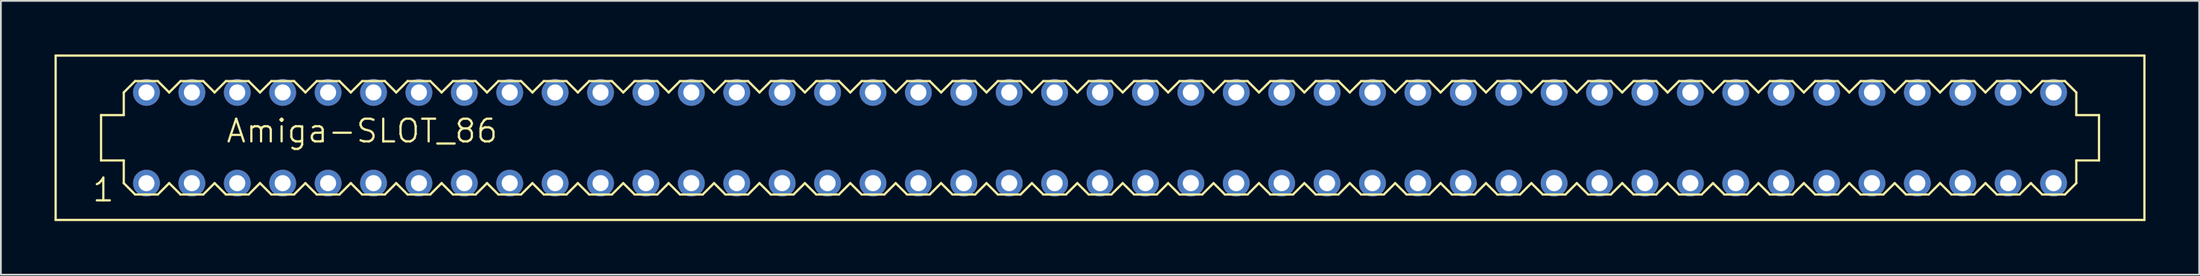
<source format=kicad_pcb>
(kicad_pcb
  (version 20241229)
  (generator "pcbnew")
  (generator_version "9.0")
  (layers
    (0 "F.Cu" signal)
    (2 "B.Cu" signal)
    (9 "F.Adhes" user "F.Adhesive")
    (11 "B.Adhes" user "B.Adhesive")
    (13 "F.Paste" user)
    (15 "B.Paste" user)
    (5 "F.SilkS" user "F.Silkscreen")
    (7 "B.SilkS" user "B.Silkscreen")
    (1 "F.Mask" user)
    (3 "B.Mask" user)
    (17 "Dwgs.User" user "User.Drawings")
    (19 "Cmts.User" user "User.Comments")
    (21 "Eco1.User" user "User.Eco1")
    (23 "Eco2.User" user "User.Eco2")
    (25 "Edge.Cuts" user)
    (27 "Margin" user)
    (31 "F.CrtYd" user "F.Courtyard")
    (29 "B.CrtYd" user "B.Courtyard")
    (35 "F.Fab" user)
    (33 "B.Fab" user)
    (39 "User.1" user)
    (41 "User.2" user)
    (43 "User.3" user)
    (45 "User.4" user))
  (footprint "Amiga-SLOT_86"
    (layer "F.Cu")
    (at 58.483 4.666)
    (property "Reference" "Amiga-SLOT_86" (at -41.275 -0.381 0) (layer "F.SilkS") (effects (font (size 1.27 1.27) (thickness 0.127))))
    (attr exclude_from_pos_files exclude_from_bom)
    (fp_line (start -58.42 -4.602) (end -58.42 4.602) (stroke (width 0.127) (type solid)) (layer "F.SilkS"))
    (fp_line (start -58.42 4.602) (end 58.42 4.602) (stroke (width 0.127) (type solid)) (layer "F.SilkS"))
    (fp_line (start -55.88 -1.27) (end -55.88 1.27) (stroke (width 0.127) (type solid)) (layer "F.SilkS"))
    (fp_line (start -55.88 1.27) (end -54.61 1.27) (stroke (width 0.127) (type solid)) (layer "F.SilkS"))
    (fp_line (start -54.61 -2.54) (end -54.61 -1.27) (stroke (width 0.127) (type solid)) (layer "F.SilkS"))
    (fp_line (start -54.61 -1.27) (end -55.88 -1.27) (stroke (width 0.127) (type solid)) (layer "F.SilkS"))
    (fp_line (start -54.61 1.27) (end -54.61 2.54) (stroke (width 0.127) (type solid)) (layer "F.SilkS"))
    (fp_line (start -54.61 2.54) (end -53.975 3.175) (stroke (width 0.127) (type solid)) (layer "F.SilkS"))
    (fp_line (start -53.975 -3.175) (end -54.61 -2.54) (stroke (width 0.127) (type solid)) (layer "F.SilkS"))
    (fp_line (start -53.975 -3.175) (end -52.705 -3.175) (stroke (width 0.127) (type solid)) (layer "F.SilkS"))
    (fp_line (start -52.705 -3.175) (end -52.07 -2.54) (stroke (width 0.127) (type solid)) (layer "F.SilkS"))
    (fp_line (start -52.705 3.175) (end -53.975 3.175) (stroke (width 0.127) (type solid)) (layer "F.SilkS"))
    (fp_line (start -52.07 -2.54) (end -51.435 -3.175) (stroke (width 0.127) (type solid)) (layer "F.SilkS"))
    (fp_line (start -52.07 2.54) (end -52.705 3.175) (stroke (width 0.127) (type solid)) (layer "F.SilkS"))
    (fp_line (start -51.435 -3.175) (end -50.165 -3.175) (stroke (width 0.127) (type solid)) (layer "F.SilkS"))
    (fp_line (start -51.435 3.175) (end -52.07 2.54) (stroke (width 0.127) (type solid)) (layer "F.SilkS"))
    (fp_line (start -50.165 -3.175) (end -49.53 -2.54) (stroke (width 0.127) (type solid)) (layer "F.SilkS"))
    (fp_line (start -50.165 3.175) (end -51.435 3.175) (stroke (width 0.127) (type solid)) (layer "F.SilkS"))
    (fp_line (start -49.53 -2.54) (end -48.895 -3.175) (stroke (width 0.127) (type solid)) (layer "F.SilkS"))
    (fp_line (start -49.53 2.54) (end -50.165 3.175) (stroke (width 0.127) (type solid)) (layer "F.SilkS"))
    (fp_line (start -48.895 -3.175) (end -47.625 -3.175) (stroke (width 0.127) (type solid)) (layer "F.SilkS"))
    (fp_line (start -48.895 3.175) (end -49.53 2.54) (stroke (width 0.127) (type solid)) (layer "F.SilkS"))
    (fp_line (start -47.625 -3.175) (end -46.99 -2.54) (stroke (width 0.127) (type solid)) (layer "F.SilkS"))
    (fp_line (start -47.625 3.175) (end -48.895 3.175) (stroke (width 0.127) (type solid)) (layer "F.SilkS"))
    (fp_line (start -46.99 2.54) (end -47.625 3.175) (stroke (width 0.127) (type solid)) (layer "F.SilkS"))
    (fp_line (start -46.99 2.54) (end -46.355 3.175) (stroke (width 0.127) (type solid)) (layer "F.SilkS"))
    (fp_line (start -46.355 -3.175) (end -46.99 -2.54) (stroke (width 0.127) (type solid)) (layer "F.SilkS"))
    (fp_line (start -46.355 -3.175) (end -45.085 -3.175) (stroke (width 0.127) (type solid)) (layer "F.SilkS"))
    (fp_line (start -45.085 -3.175) (end -44.45 -2.54) (stroke (width 0.127) (type solid)) (layer "F.SilkS"))
    (fp_line (start -45.085 3.175) (end -46.355 3.175) (stroke (width 0.127) (type solid)) (layer "F.SilkS"))
    (fp_line (start -44.45 -2.54) (end -43.815 -3.175) (stroke (width 0.127) (type solid)) (layer "F.SilkS"))
    (fp_line (start -44.45 2.54) (end -45.085 3.175) (stroke (width 0.127) (type solid)) (layer "F.SilkS"))
    (fp_line (start -43.815 -3.175) (end -42.545 -3.175) (stroke (width 0.127) (type solid)) (layer "F.SilkS"))
    (fp_line (start -43.815 3.175) (end -44.45 2.54) (stroke (width 0.127) (type solid)) (layer "F.SilkS"))
    (fp_line (start -42.545 -3.175) (end -41.91 -2.54) (stroke (width 0.127) (type solid)) (layer "F.SilkS"))
    (fp_line (start -42.545 3.175) (end -43.815 3.175) (stroke (width 0.127) (type solid)) (layer "F.SilkS"))
    (fp_line (start -41.91 -2.54) (end -41.275 -3.175) (stroke (width 0.127) (type solid)) (layer "F.SilkS"))
    (fp_line (start -41.91 2.54) (end -42.545 3.175) (stroke (width 0.127) (type solid)) (layer "F.SilkS"))
    (fp_line (start -41.275 -3.175) (end -40.005 -3.175) (stroke (width 0.127) (type solid)) (layer "F.SilkS"))
    (fp_line (start -41.275 3.175) (end -41.91 2.54) (stroke (width 0.127) (type solid)) (layer "F.SilkS"))
    (fp_line (start -40.005 -3.175) (end -39.37 -2.54) (stroke (width 0.127) (type solid)) (layer "F.SilkS"))
    (fp_line (start -40.005 3.175) (end -41.275 3.175) (stroke (width 0.127) (type solid)) (layer "F.SilkS"))
    (fp_line (start -39.37 2.54) (end -40.005 3.175) (stroke (width 0.127) (type solid)) (layer "F.SilkS"))
    (fp_line (start -39.37 2.54) (end -38.735 3.175) (stroke (width 0.127) (type solid)) (layer "F.SilkS"))
    (fp_line (start -38.735 -3.175) (end -39.37 -2.54) (stroke (width 0.127) (type solid)) (layer "F.SilkS"))
    (fp_line (start -38.735 -3.175) (end -37.465 -3.175) (stroke (width 0.127) (type solid)) (layer "F.SilkS"))
    (fp_line (start -37.465 -3.175) (end -36.83 -2.54) (stroke (width 0.127) (type solid)) (layer "F.SilkS"))
    (fp_line (start -37.465 3.175) (end -38.735 3.175) (stroke (width 0.127) (type solid)) (layer "F.SilkS"))
    (fp_line (start -36.83 -2.54) (end -36.195 -3.175) (stroke (width 0.127) (type solid)) (layer "F.SilkS"))
    (fp_line (start -36.83 2.54) (end -37.465 3.175) (stroke (width 0.127) (type solid)) (layer "F.SilkS"))
    (fp_line (start -36.195 -3.175) (end -34.925 -3.175) (stroke (width 0.127) (type solid)) (layer "F.SilkS"))
    (fp_line (start -36.195 3.175) (end -36.83 2.54) (stroke (width 0.127) (type solid)) (layer "F.SilkS"))
    (fp_line (start -34.925 -3.175) (end -34.29 -2.54) (stroke (width 0.127) (type solid)) (layer "F.SilkS"))
    (fp_line (start -34.925 3.175) (end -36.195 3.175) (stroke (width 0.127) (type solid)) (layer "F.SilkS"))
    (fp_line (start -34.29 2.54) (end -34.925 3.175) (stroke (width 0.127) (type solid)) (layer "F.SilkS"))
    (fp_line (start -34.29 2.54) (end -33.655 3.175) (stroke (width 0.127) (type solid)) (layer "F.SilkS"))
    (fp_line (start -33.655 -3.175) (end -34.29 -2.54) (stroke (width 0.127) (type solid)) (layer "F.SilkS"))
    (fp_line (start -33.655 -3.175) (end -32.385 -3.175) (stroke (width 0.127) (type solid)) (layer "F.SilkS"))
    (fp_line (start -32.385 -3.175) (end -31.75 -2.54) (stroke (width 0.127) (type solid)) (layer "F.SilkS"))
    (fp_line (start -32.385 3.175) (end -33.655 3.175) (stroke (width 0.127) (type solid)) (layer "F.SilkS"))
    (fp_line (start -31.75 -2.54) (end -31.115 -3.175) (stroke (width 0.127) (type solid)) (layer "F.SilkS"))
    (fp_line (start -31.75 2.54) (end -32.385 3.175) (stroke (width 0.127) (type solid)) (layer "F.SilkS"))
    (fp_line (start -31.115 -3.175) (end -29.845 -3.175) (stroke (width 0.127) (type solid)) (layer "F.SilkS"))
    (fp_line (start -31.115 3.175) (end -31.75 2.54) (stroke (width 0.127) (type solid)) (layer "F.SilkS"))
    (fp_line (start -29.845 -3.175) (end -29.21 -2.54) (stroke (width 0.127) (type solid)) (layer "F.SilkS"))
    (fp_line (start -29.845 3.175) (end -31.115 3.175) (stroke (width 0.127) (type solid)) (layer "F.SilkS"))
    (fp_line (start -29.21 2.54) (end -29.845 3.175) (stroke (width 0.127) (type solid)) (layer "F.SilkS"))
    (fp_line (start -29.21 2.54) (end -28.575 3.175) (stroke (width 0.127) (type solid)) (layer "F.SilkS"))
    (fp_line (start -28.575 -3.175) (end -29.21 -2.54) (stroke (width 0.127) (type solid)) (layer "F.SilkS"))
    (fp_line (start -28.575 -3.175) (end -27.305 -3.175) (stroke (width 0.127) (type solid)) (layer "F.SilkS"))
    (fp_line (start -28.575 3.175) (end -27.305 3.175) (stroke (width 0.127) (type solid)) (layer "F.SilkS"))
    (fp_line (start -27.305 -3.175) (end -26.67 -2.54) (stroke (width 0.127) (type solid)) (layer "F.SilkS"))
    (fp_line (start -26.67 2.54) (end -27.305 3.175) (stroke (width 0.127) (type solid)) (layer "F.SilkS"))
    (fp_line (start -26.67 2.54) (end -26.035 3.175) (stroke (width 0.127) (type solid)) (layer "F.SilkS"))
    (fp_line (start -26.035 -3.175) (end -26.67 -2.54) (stroke (width 0.127) (type solid)) (layer "F.SilkS"))
    (fp_line (start -26.035 -3.175) (end -24.765 -3.175) (stroke (width 0.127) (type solid)) (layer "F.SilkS"))
    (fp_line (start -26.035 3.175) (end -24.765 3.175) (stroke (width 0.127) (type solid)) (layer "F.SilkS"))
    (fp_line (start -24.765 -3.175) (end -24.13 -2.54) (stroke (width 0.127) (type solid)) (layer "F.SilkS"))
    (fp_line (start -24.13 2.54) (end -24.765 3.175) (stroke (width 0.127) (type solid)) (layer "F.SilkS"))
    (fp_line (start -24.13 2.54) (end -23.495 3.175) (stroke (width 0.127) (type solid)) (layer "F.SilkS"))
    (fp_line (start -23.495 -3.175) (end -24.13 -2.54) (stroke (width 0.127) (type solid)) (layer "F.SilkS"))
    (fp_line (start -23.495 -3.175) (end -22.225 -3.175) (stroke (width 0.127) (type solid)) (layer "F.SilkS"))
    (fp_line (start -23.495 3.175) (end -22.225 3.175) (stroke (width 0.127) (type solid)) (layer "F.SilkS"))
    (fp_line (start -22.225 -3.175) (end -21.59 -2.54) (stroke (width 0.127) (type solid)) (layer "F.SilkS"))
    (fp_line (start -21.59 2.54) (end -22.225 3.175) (stroke (width 0.127) (type solid)) (layer "F.SilkS"))
    (fp_line (start -21.59 2.54) (end -20.955 3.175) (stroke (width 0.127) (type solid)) (layer "F.SilkS"))
    (fp_line (start -20.955 -3.175) (end -21.59 -2.54) (stroke (width 0.127) (type solid)) (layer "F.SilkS"))
    (fp_line (start -20.955 -3.175) (end -19.685 -3.175) (stroke (width 0.127) (type solid)) (layer "F.SilkS"))
    (fp_line (start -20.955 3.175) (end -19.685 3.175) (stroke (width 0.127) (type solid)) (layer "F.SilkS"))
    (fp_line (start -19.685 -3.175) (end -19.05 -2.54) (stroke (width 0.127) (type solid)) (layer "F.SilkS"))
    (fp_line (start -19.05 2.54) (end -19.685 3.175) (stroke (width 0.127) (type solid)) (layer "F.SilkS"))
    (fp_line (start -19.05 2.54) (end -18.415 3.175) (stroke (width 0.127) (type solid)) (layer "F.SilkS"))
    (fp_line (start -18.415 -3.175) (end -19.05 -2.54) (stroke (width 0.127) (type solid)) (layer "F.SilkS"))
    (fp_line (start -18.415 -3.175) (end -17.145 -3.175) (stroke (width 0.127) (type solid)) (layer "F.SilkS"))
    (fp_line (start -18.415 3.175) (end -17.145 3.175) (stroke (width 0.127) (type solid)) (layer "F.SilkS"))
    (fp_line (start -17.145 -3.175) (end -16.51 -2.54) (stroke (width 0.127) (type solid)) (layer "F.SilkS"))
    (fp_line (start -16.51 2.54) (end -17.145 3.175) (stroke (width 0.127) (type solid)) (layer "F.SilkS"))
    (fp_line (start -16.51 2.54) (end -15.875 3.175) (stroke (width 0.127) (type solid)) (layer "F.SilkS"))
    (fp_line (start -15.875 -3.175) (end -16.51 -2.54) (stroke (width 0.127) (type solid)) (layer "F.SilkS"))
    (fp_line (start -15.875 -3.175) (end -14.605 -3.175) (stroke (width 0.127) (type solid)) (layer "F.SilkS"))
    (fp_line (start -15.875 3.175) (end -14.605 3.175) (stroke (width 0.127) (type solid)) (layer "F.SilkS"))
    (fp_line (start -14.605 -3.175) (end -13.97 -2.54) (stroke (width 0.127) (type solid)) (layer "F.SilkS"))
    (fp_line (start -13.97 2.54) (end -14.605 3.175) (stroke (width 0.127) (type solid)) (layer "F.SilkS"))
    (fp_line (start -13.97 2.54) (end -13.335 3.175) (stroke (width 0.127) (type solid)) (layer "F.SilkS"))
    (fp_line (start -13.335 -3.175) (end -13.97 -2.54) (stroke (width 0.127) (type solid)) (layer "F.SilkS"))
    (fp_line (start -13.335 -3.175) (end -12.065 -3.175) (stroke (width 0.127) (type solid)) (layer "F.SilkS"))
    (fp_line (start -13.335 3.175) (end -12.065 3.175) (stroke (width 0.127) (type solid)) (layer "F.SilkS"))
    (fp_line (start -12.065 -3.175) (end -11.43 -2.54) (stroke (width 0.127) (type solid)) (layer "F.SilkS"))
    (fp_line (start -11.43 2.54) (end -12.065 3.175) (stroke (width 0.127) (type solid)) (layer "F.SilkS"))
    (fp_line (start -11.43 2.54) (end -10.795 3.175) (stroke (width 0.127) (type solid)) (layer "F.SilkS"))
    (fp_line (start -10.795 -3.175) (end -11.43 -2.54) (stroke (width 0.127) (type solid)) (layer "F.SilkS"))
    (fp_line (start -10.795 -3.175) (end -9.525 -3.175) (stroke (width 0.127) (type solid)) (layer "F.SilkS"))
    (fp_line (start -10.795 3.175) (end -9.525 3.175) (stroke (width 0.127) (type solid)) (layer "F.SilkS"))
    (fp_line (start -9.525 -3.175) (end -8.89 -2.54) (stroke (width 0.127) (type solid)) (layer "F.SilkS"))
    (fp_line (start -8.89 2.54) (end -9.525 3.175) (stroke (width 0.127) (type solid)) (layer "F.SilkS"))
    (fp_line (start -8.89 2.54) (end -8.255 3.175) (stroke (width 0.127) (type solid)) (layer "F.SilkS"))
    (fp_line (start -8.255 -3.175) (end -8.89 -2.54) (stroke (width 0.127) (type solid)) (layer "F.SilkS"))
    (fp_line (start -8.255 -3.175) (end -6.985 -3.175) (stroke (width 0.127) (type solid)) (layer "F.SilkS"))
    (fp_line (start -8.255 3.175) (end -6.985 3.175) (stroke (width 0.127) (type solid)) (layer "F.SilkS"))
    (fp_line (start -6.985 -3.175) (end -6.35 -2.54) (stroke (width 0.127) (type solid)) (layer "F.SilkS"))
    (fp_line (start -6.35 2.54) (end -6.985 3.175) (stroke (width 0.127) (type solid)) (layer "F.SilkS"))
    (fp_line (start -6.35 2.54) (end -5.715 3.175) (stroke (width 0.127) (type solid)) (layer "F.SilkS"))
    (fp_line (start -5.715 -3.175) (end -6.35 -2.54) (stroke (width 0.127) (type solid)) (layer "F.SilkS"))
    (fp_line (start -5.715 -3.175) (end -4.445 -3.175) (stroke (width 0.127) (type solid)) (layer "F.SilkS"))
    (fp_line (start -5.715 3.175) (end -4.445 3.175) (stroke (width 0.127) (type solid)) (layer "F.SilkS"))
    (fp_line (start -4.445 -3.175) (end -3.81 -2.54) (stroke (width 0.127) (type solid)) (layer "F.SilkS"))
    (fp_line (start -3.81 2.54) (end -4.445 3.175) (stroke (width 0.127) (type solid)) (layer "F.SilkS"))
    (fp_line (start -3.81 2.54) (end -3.175 3.175) (stroke (width 0.127) (type solid)) (layer "F.SilkS"))
    (fp_line (start -3.175 -3.175) (end -3.81 -2.54) (stroke (width 0.127) (type solid)) (layer "F.SilkS"))
    (fp_line (start -3.175 -3.175) (end -1.905 -3.175) (stroke (width 0.127) (type solid)) (layer "F.SilkS"))
    (fp_line (start -3.175 3.175) (end -1.905 3.175) (stroke (width 0.127) (type solid)) (layer "F.SilkS"))
    (fp_line (start -1.905 -3.175) (end -1.27 -2.54) (stroke (width 0.127) (type solid)) (layer "F.SilkS"))
    (fp_line (start -1.27 2.54) (end -1.905 3.175) (stroke (width 0.127) (type solid)) (layer "F.SilkS"))
    (fp_line (start -1.27 2.54) (end -0.635 3.175) (stroke (width 0.127) (type solid)) (layer "F.SilkS"))
    (fp_line (start -0.635 -3.175) (end -1.27 -2.54) (stroke (width 0.127) (type solid)) (layer "F.SilkS"))
    (fp_line (start -0.635 -3.175) (end 0.635 -3.175) (stroke (width 0.127) (type solid)) (layer "F.SilkS"))
    (fp_line (start -0.635 3.175) (end 0.635 3.175) (stroke (width 0.127) (type solid)) (layer "F.SilkS"))
    (fp_line (start 0.635 -3.175) (end 1.27 -2.54) (stroke (width 0.127) (type solid)) (layer "F.SilkS"))
    (fp_line (start 1.27 2.54) (end 0.635 3.175) (stroke (width 0.127) (type solid)) (layer "F.SilkS"))
    (fp_line (start 1.27 2.54) (end 1.905 3.175) (stroke (width 0.127) (type solid)) (layer "F.SilkS"))
    (fp_line (start 1.905 -3.175) (end 1.27 -2.54) (stroke (width 0.127) (type solid)) (layer "F.SilkS"))
    (fp_line (start 1.905 -3.175) (end 3.175 -3.175) (stroke (width 0.127) (type solid)) (layer "F.SilkS"))
    (fp_line (start 1.905 3.175) (end 3.175 3.175) (stroke (width 0.127) (type solid)) (layer "F.SilkS"))
    (fp_line (start 3.175 -3.175) (end 3.81 -2.54) (stroke (width 0.127) (type solid)) (layer "F.SilkS"))
    (fp_line (start 3.81 2.54) (end 3.175 3.175) (stroke (width 0.127) (type solid)) (layer "F.SilkS"))
    (fp_line (start 3.81 2.54) (end 4.445 3.175) (stroke (width 0.127) (type solid)) (layer "F.SilkS"))
    (fp_line (start 4.445 -3.175) (end 3.81 -2.54) (stroke (width 0.127) (type solid)) (layer "F.SilkS"))
    (fp_line (start 4.445 -3.175) (end 5.715 -3.175) (stroke (width 0.127) (type solid)) (layer "F.SilkS"))
    (fp_line (start 4.445 3.175) (end 5.715 3.175) (stroke (width 0.127) (type solid)) (layer "F.SilkS"))
    (fp_line (start 5.715 -3.175) (end 6.35 -2.54) (stroke (width 0.127) (type solid)) (layer "F.SilkS"))
    (fp_line (start 6.35 2.54) (end 5.715 3.175) (stroke (width 0.127) (type solid)) (layer "F.SilkS"))
    (fp_line (start 6.35 2.54) (end 6.985 3.175) (stroke (width 0.127) (type solid)) (layer "F.SilkS"))
    (fp_line (start 6.985 -3.175) (end 6.35 -2.54) (stroke (width 0.127) (type solid)) (layer "F.SilkS"))
    (fp_line (start 6.985 -3.175) (end 8.255 -3.175) (stroke (width 0.127) (type solid)) (layer "F.SilkS"))
    (fp_line (start 6.985 3.175) (end 8.255 3.175) (stroke (width 0.127) (type solid)) (layer "F.SilkS"))
    (fp_line (start 8.255 -3.175) (end 8.89 -2.54) (stroke (width 0.127) (type solid)) (layer "F.SilkS"))
    (fp_line (start 8.89 2.54) (end 8.255 3.175) (stroke (width 0.127) (type solid)) (layer "F.SilkS"))
    (fp_line (start 8.89 2.54) (end 9.525 3.175) (stroke (width 0.127) (type solid)) (layer "F.SilkS"))
    (fp_line (start 9.525 -3.175) (end 8.89 -2.54) (stroke (width 0.127) (type solid)) (layer "F.SilkS"))
    (fp_line (start 9.525 -3.175) (end 10.795 -3.175) (stroke (width 0.127) (type solid)) (layer "F.SilkS"))
    (fp_line (start 9.525 3.175) (end 10.795 3.175) (stroke (width 0.127) (type solid)) (layer "F.SilkS"))
    (fp_line (start 10.795 -3.175) (end 11.43 -2.54) (stroke (width 0.127) (type solid)) (layer "F.SilkS"))
    (fp_line (start 11.43 2.54) (end 10.795 3.175) (stroke (width 0.127) (type solid)) (layer "F.SilkS"))
    (fp_line (start 11.43 2.54) (end 12.065 3.175) (stroke (width 0.127) (type solid)) (layer "F.SilkS"))
    (fp_line (start 12.065 -3.175) (end 11.43 -2.54) (stroke (width 0.127) (type solid)) (layer "F.SilkS"))
    (fp_line (start 12.065 -3.175) (end 13.335 -3.175) (stroke (width 0.127) (type solid)) (layer "F.SilkS"))
    (fp_line (start 12.065 3.175) (end 13.335 3.175) (stroke (width 0.127) (type solid)) (layer "F.SilkS"))
    (fp_line (start 13.335 -3.175) (end 13.97 -2.54) (stroke (width 0.127) (type solid)) (layer "F.SilkS"))
    (fp_line (start 13.97 2.54) (end 13.335 3.175) (stroke (width 0.127) (type solid)) (layer "F.SilkS"))
    (fp_line (start 13.97 2.54) (end 14.605 3.175) (stroke (width 0.127) (type solid)) (layer "F.SilkS"))
    (fp_line (start 14.605 -3.175) (end 13.97 -2.54) (stroke (width 0.127) (type solid)) (layer "F.SilkS"))
    (fp_line (start 14.605 -3.175) (end 15.875 -3.175) (stroke (width 0.127) (type solid)) (layer "F.SilkS"))
    (fp_line (start 14.605 3.175) (end 15.875 3.175) (stroke (width 0.127) (type solid)) (layer "F.SilkS"))
    (fp_line (start 15.875 -3.175) (end 16.51 -2.54) (stroke (width 0.127) (type solid)) (layer "F.SilkS"))
    (fp_line (start 16.51 2.54) (end 15.875 3.175) (stroke (width 0.127) (type solid)) (layer "F.SilkS"))
    (fp_line (start 16.51 2.54) (end 17.145 3.175) (stroke (width 0.127) (type solid)) (layer "F.SilkS"))
    (fp_line (start 17.145 -3.175) (end 16.51 -2.54) (stroke (width 0.127) (type solid)) (layer "F.SilkS"))
    (fp_line (start 17.145 -3.175) (end 18.415 -3.175) (stroke (width 0.127) (type solid)) (layer "F.SilkS"))
    (fp_line (start 17.145 3.175) (end 18.415 3.175) (stroke (width 0.127) (type solid)) (layer "F.SilkS"))
    (fp_line (start 18.415 -3.175) (end 19.05 -2.54) (stroke (width 0.127) (type solid)) (layer "F.SilkS"))
    (fp_line (start 19.05 2.54) (end 18.415 3.175) (stroke (width 0.127) (type solid)) (layer "F.SilkS"))
    (fp_line (start 19.05 2.54) (end 19.685 3.175) (stroke (width 0.127) (type solid)) (layer "F.SilkS"))
    (fp_line (start 19.685 -3.175) (end 19.05 -2.54) (stroke (width 0.127) (type solid)) (layer "F.SilkS"))
    (fp_line (start 19.685 -3.175) (end 20.955 -3.175) (stroke (width 0.127) (type solid)) (layer "F.SilkS"))
    (fp_line (start 19.685 3.175) (end 20.955 3.175) (stroke (width 0.127) (type solid)) (layer "F.SilkS"))
    (fp_line (start 20.955 -3.175) (end 21.59 -2.54) (stroke (width 0.127) (type solid)) (layer "F.SilkS"))
    (fp_line (start 21.59 2.54) (end 20.955 3.175) (stroke (width 0.127) (type solid)) (layer "F.SilkS"))
    (fp_line (start 21.59 2.54) (end 22.225 3.175) (stroke (width 0.127) (type solid)) (layer "F.SilkS"))
    (fp_line (start 22.225 -3.175) (end 21.59 -2.54) (stroke (width 0.127) (type solid)) (layer "F.SilkS"))
    (fp_line (start 22.225 -3.175) (end 23.495 -3.175) (stroke (width 0.127) (type solid)) (layer "F.SilkS"))
    (fp_line (start 22.225 3.175) (end 23.495 3.175) (stroke (width 0.127) (type solid)) (layer "F.SilkS"))
    (fp_line (start 23.495 -3.175) (end 24.13 -2.54) (stroke (width 0.127) (type solid)) (layer "F.SilkS"))
    (fp_line (start 24.13 2.54) (end 23.495 3.175) (stroke (width 0.127) (type solid)) (layer "F.SilkS"))
    (fp_line (start 24.13 2.54) (end 24.765 3.175) (stroke (width 0.127) (type solid)) (layer "F.SilkS"))
    (fp_line (start 24.765 -3.175) (end 24.13 -2.54) (stroke (width 0.127) (type solid)) (layer "F.SilkS"))
    (fp_line (start 24.765 -3.175) (end 26.035 -3.175) (stroke (width 0.127) (type solid)) (layer "F.SilkS"))
    (fp_line (start 24.765 3.175) (end 26.035 3.175) (stroke (width 0.127) (type solid)) (layer "F.SilkS"))
    (fp_line (start 26.035 -3.175) (end 26.67 -2.54) (stroke (width 0.127) (type solid)) (layer "F.SilkS"))
    (fp_line (start 26.67 2.54) (end 26.035 3.175) (stroke (width 0.127) (type solid)) (layer "F.SilkS"))
    (fp_line (start 26.67 2.54) (end 27.305 3.175) (stroke (width 0.127) (type solid)) (layer "F.SilkS"))
    (fp_line (start 27.305 -3.175) (end 26.67 -2.54) (stroke (width 0.127) (type solid)) (layer "F.SilkS"))
    (fp_line (start 27.305 -3.175) (end 28.575 -3.175) (stroke (width 0.127) (type solid)) (layer "F.SilkS"))
    (fp_line (start 27.305 3.175) (end 28.575 3.175) (stroke (width 0.127) (type solid)) (layer "F.SilkS"))
    (fp_line (start 28.575 -3.175) (end 29.21 -2.54) (stroke (width 0.127) (type solid)) (layer "F.SilkS"))
    (fp_line (start 29.21 2.54) (end 28.575 3.175) (stroke (width 0.127) (type solid)) (layer "F.SilkS"))
    (fp_line (start 29.21 2.54) (end 29.845 3.175) (stroke (width 0.127) (type solid)) (layer "F.SilkS"))
    (fp_line (start 29.845 -3.175) (end 29.21 -2.54) (stroke (width 0.127) (type solid)) (layer "F.SilkS"))
    (fp_line (start 29.845 -3.175) (end 31.115 -3.175) (stroke (width 0.127) (type solid)) (layer "F.SilkS"))
    (fp_line (start 29.845 3.175) (end 31.115 3.175) (stroke (width 0.127) (type solid)) (layer "F.SilkS"))
    (fp_line (start 31.115 -3.175) (end 31.75 -2.54) (stroke (width 0.127) (type solid)) (layer "F.SilkS"))
    (fp_line (start 31.75 2.54) (end 31.115 3.175) (stroke (width 0.127) (type solid)) (layer "F.SilkS"))
    (fp_line (start 31.75 2.54) (end 32.385 3.175) (stroke (width 0.127) (type solid)) (layer "F.SilkS"))
    (fp_line (start 32.385 -3.175) (end 31.75 -2.54) (stroke (width 0.127) (type solid)) (layer "F.SilkS"))
    (fp_line (start 32.385 -3.175) (end 33.655 -3.175) (stroke (width 0.127) (type solid)) (layer "F.SilkS"))
    (fp_line (start 32.385 3.175) (end 33.655 3.175) (stroke (width 0.127) (type solid)) (layer "F.SilkS"))
    (fp_line (start 33.655 -3.175) (end 34.29 -2.54) (stroke (width 0.127) (type solid)) (layer "F.SilkS"))
    (fp_line (start 34.29 2.54) (end 33.655 3.175) (stroke (width 0.127) (type solid)) (layer "F.SilkS"))
    (fp_line (start 34.29 2.54) (end 34.925 3.175) (stroke (width 0.127) (type solid)) (layer "F.SilkS"))
    (fp_line (start 34.925 -3.175) (end 34.29 -2.54) (stroke (width 0.127) (type solid)) (layer "F.SilkS"))
    (fp_line (start 34.925 -3.175) (end 36.195 -3.175) (stroke (width 0.127) (type solid)) (layer "F.SilkS"))
    (fp_line (start 34.925 3.175) (end 36.195 3.175) (stroke (width 0.127) (type solid)) (layer "F.SilkS"))
    (fp_line (start 36.195 -3.175) (end 36.83 -2.54) (stroke (width 0.127) (type solid)) (layer "F.SilkS"))
    (fp_line (start 36.83 2.54) (end 36.195 3.175) (stroke (width 0.127) (type solid)) (layer "F.SilkS"))
    (fp_line (start 36.83 2.54) (end 37.465 3.175) (stroke (width 0.127) (type solid)) (layer "F.SilkS"))
    (fp_line (start 37.465 -3.175) (end 36.83 -2.54) (stroke (width 0.127) (type solid)) (layer "F.SilkS"))
    (fp_line (start 37.465 -3.175) (end 38.735 -3.175) (stroke (width 0.127) (type solid)) (layer "F.SilkS"))
    (fp_line (start 37.465 3.175) (end 38.735 3.175) (stroke (width 0.127) (type solid)) (layer "F.SilkS"))
    (fp_line (start 38.735 -3.175) (end 39.37 -2.54) (stroke (width 0.127) (type solid)) (layer "F.SilkS"))
    (fp_line (start 39.37 2.54) (end 38.735 3.175) (stroke (width 0.127) (type solid)) (layer "F.SilkS"))
    (fp_line (start 39.37 2.54) (end 40.005 3.175) (stroke (width 0.127) (type solid)) (layer "F.SilkS"))
    (fp_line (start 40.005 -3.175) (end 39.37 -2.54) (stroke (width 0.127) (type solid)) (layer "F.SilkS"))
    (fp_line (start 40.005 -3.175) (end 41.275 -3.175) (stroke (width 0.127) (type solid)) (layer "F.SilkS"))
    (fp_line (start 40.005 3.175) (end 41.275 3.175) (stroke (width 0.127) (type solid)) (layer "F.SilkS"))
    (fp_line (start 41.275 -3.175) (end 41.91 -2.54) (stroke (width 0.127) (type solid)) (layer "F.SilkS"))
    (fp_line (start 41.91 2.54) (end 41.275 3.175) (stroke (width 0.127) (type solid)) (layer "F.SilkS"))
    (fp_line (start 41.91 2.54) (end 42.545 3.175) (stroke (width 0.127) (type solid)) (layer "F.SilkS"))
    (fp_line (start 42.545 -3.175) (end 41.91 -2.54) (stroke (width 0.127) (type solid)) (layer "F.SilkS"))
    (fp_line (start 42.545 -3.175) (end 43.815 -3.175) (stroke (width 0.127) (type solid)) (layer "F.SilkS"))
    (fp_line (start 42.545 3.175) (end 43.815 3.175) (stroke (width 0.127) (type solid)) (layer "F.SilkS"))
    (fp_line (start 43.815 -3.175) (end 44.45 -2.54) (stroke (width 0.127) (type solid)) (layer "F.SilkS"))
    (fp_line (start 44.45 2.54) (end 43.815 3.175) (stroke (width 0.127) (type solid)) (layer "F.SilkS"))
    (fp_line (start 44.45 2.54) (end 45.085 3.175) (stroke (width 0.127) (type solid)) (layer "F.SilkS"))
    (fp_line (start 45.085 -3.175) (end 44.45 -2.54) (stroke (width 0.127) (type solid)) (layer "F.SilkS"))
    (fp_line (start 45.085 -3.175) (end 46.355 -3.175) (stroke (width 0.127) (type solid)) (layer "F.SilkS"))
    (fp_line (start 45.085 3.175) (end 46.355 3.175) (stroke (width 0.127) (type solid)) (layer "F.SilkS"))
    (fp_line (start 46.355 -3.175) (end 46.99 -2.54) (stroke (width 0.127) (type solid)) (layer "F.SilkS"))
    (fp_line (start 46.99 2.54) (end 46.355 3.175) (stroke (width 0.127) (type solid)) (layer "F.SilkS"))
    (fp_line (start 46.99 2.54) (end 47.625 3.175) (stroke (width 0.127) (type solid)) (layer "F.SilkS"))
    (fp_line (start 47.625 -3.175) (end 46.99 -2.54) (stroke (width 0.127) (type solid)) (layer "F.SilkS"))
    (fp_line (start 47.625 -3.175) (end 48.895 -3.175) (stroke (width 0.127) (type solid)) (layer "F.SilkS"))
    (fp_line (start 47.625 3.175) (end 48.895 3.175) (stroke (width 0.127) (type solid)) (layer "F.SilkS"))
    (fp_line (start 48.895 -3.175) (end 49.53 -2.54) (stroke (width 0.127) (type solid)) (layer "F.SilkS"))
    (fp_line (start 49.53 2.54) (end 48.895 3.175) (stroke (width 0.127) (type solid)) (layer "F.SilkS"))
    (fp_line (start 49.53 2.54) (end 50.165 3.175) (stroke (width 0.127) (type solid)) (layer "F.SilkS"))
    (fp_line (start 50.165 -3.175) (end 49.53 -2.54) (stroke (width 0.127) (type solid)) (layer "F.SilkS"))
    (fp_line (start 50.165 -3.175) (end 51.435 -3.175) (stroke (width 0.127) (type solid)) (layer "F.SilkS"))
    (fp_line (start 50.165 3.175) (end 51.435 3.175) (stroke (width 0.127) (type solid)) (layer "F.SilkS"))
    (fp_line (start 51.435 -3.175) (end 52.07 -2.54) (stroke (width 0.127) (type solid)) (layer "F.SilkS"))
    (fp_line (start 52.07 2.54) (end 51.435 3.175) (stroke (width 0.127) (type solid)) (layer "F.SilkS"))
    (fp_line (start 52.07 2.54) (end 52.705 3.175) (stroke (width 0.127) (type solid)) (layer "F.SilkS"))
    (fp_line (start 52.705 -3.175) (end 52.07 -2.54) (stroke (width 0.127) (type solid)) (layer "F.SilkS"))
    (fp_line (start 52.705 -3.175) (end 53.975 -3.175) (stroke (width 0.127) (type solid)) (layer "F.SilkS"))
    (fp_line (start 52.705 3.175) (end 53.975 3.175) (stroke (width 0.127) (type solid)) (layer "F.SilkS"))
    (fp_line (start 53.975 -3.175) (end 54.61 -2.54) (stroke (width 0.127) (type solid)) (layer "F.SilkS"))
    (fp_line (start 54.61 -2.54) (end 54.61 -1.27) (stroke (width 0.127) (type solid)) (layer "F.SilkS"))
    (fp_line (start 54.61 -1.27) (end 55.88 -1.27) (stroke (width 0.127) (type solid)) (layer "F.SilkS"))
    (fp_line (start 54.61 1.27) (end 54.61 2.54) (stroke (width 0.127) (type solid)) (layer "F.SilkS"))
    (fp_line (start 54.61 2.54) (end 53.975 3.175) (stroke (width 0.127) (type solid)) (layer "F.SilkS"))
    (fp_line (start 55.88 -1.27) (end 55.88 1.27) (stroke (width 0.127) (type solid)) (layer "F.SilkS"))
    (fp_line (start 55.88 1.27) (end 54.61 1.27) (stroke (width 0.127) (type solid)) (layer "F.SilkS"))
    (fp_line (start 58.42 -4.602) (end -58.42 -4.602) (stroke (width 0.127) (type solid)) (layer "F.SilkS"))
    (fp_line (start 58.42 4.602) (end 58.42 -4.602) (stroke (width 0.127) (type solid)) (layer "F.SilkS"))
    (fp_text user "1" (at -55.753 2.921 0) (layer "F.SilkS") (effects (font (size 1.27 1.27) (thickness 0.127))))
    (pad "1" thru_hole circle (at -53.34 2.54) (size 1.499 1.499) (drill 0.899) (layers "*.Cu" "*.Paste" "*.Mask"))
    (pad "2" thru_hole circle (at -53.34 -2.54) (size 1.499 1.499) (drill 0.899) (layers "*.Cu" "*.Paste" "*.Mask"))
    (pad "3" thru_hole circle (at -50.8 2.54) (size 1.499 1.499) (drill 0.899) (layers "*.Cu" "*.Paste" "*.Mask"))
    (pad "4" thru_hole circle (at -50.8 -2.54) (size 1.499 1.499) (drill 0.899) (layers "*.Cu" "*.Paste" "*.Mask"))
    (pad "5" thru_hole circle (at -48.26 2.54) (size 1.499 1.499) (drill 0.899) (layers "*.Cu" "*.Paste" "*.Mask"))
    (pad "6" thru_hole circle (at -48.26 -2.54) (size 1.499 1.499) (drill 0.899) (layers "*.Cu" "*.Paste" "*.Mask"))
    (pad "7" thru_hole circle (at -45.72 2.54) (size 1.499 1.499) (drill 0.899) (layers "*.Cu" "*.Paste" "*.Mask"))
    (pad "8" thru_hole circle (at -45.72 -2.54) (size 1.499 1.499) (drill 0.899) (layers "*.Cu" "*.Paste" "*.Mask"))
    (pad "9" thru_hole circle (at -43.18 2.54) (size 1.499 1.499) (drill 0.899) (layers "*.Cu" "*.Paste" "*.Mask"))
    (pad "10" thru_hole circle (at -43.18 -2.54) (size 1.499 1.499) (drill 0.899) (layers "*.Cu" "*.Paste" "*.Mask"))
    (pad "11" thru_hole circle (at -40.64 2.54) (size 1.499 1.499) (drill 0.899) (layers "*.Cu" "*.Paste" "*.Mask"))
    (pad "12" thru_hole circle (at -40.64 -2.54) (size 1.499 1.499) (drill 0.899) (layers "*.Cu" "*.Paste" "*.Mask"))
    (pad "13" thru_hole circle (at -38.1 2.54) (size 1.499 1.499) (drill 0.899) (layers "*.Cu" "*.Paste" "*.Mask"))
    (pad "14" thru_hole circle (at -38.1 -2.54) (size 1.499 1.499) (drill 0.899) (layers "*.Cu" "*.Paste" "*.Mask"))
    (pad "15" thru_hole circle (at -35.56 2.54) (size 1.499 1.499) (drill 0.899) (layers "*.Cu" "*.Paste" "*.Mask"))
    (pad "16" thru_hole circle (at -35.56 -2.54) (size 1.499 1.499) (drill 0.899) (layers "*.Cu" "*.Paste" "*.Mask"))
    (pad "17" thru_hole circle (at -33.02 2.54) (size 1.499 1.499) (drill 0.899) (layers "*.Cu" "*.Paste" "*.Mask"))
    (pad "18" thru_hole circle (at -33.02 -2.54) (size 1.499 1.499) (drill 0.899) (layers "*.Cu" "*.Paste" "*.Mask"))
    (pad "19" thru_hole circle (at -30.48 2.54) (size 1.499 1.499) (drill 0.899) (layers "*.Cu" "*.Paste" "*.Mask"))
    (pad "20" thru_hole circle (at -30.48 -2.54) (size 1.499 1.499) (drill 0.899) (layers "*.Cu" "*.Paste" "*.Mask"))
    (pad "21" thru_hole circle (at -27.94 2.54) (size 1.499 1.499) (drill 0.899) (layers "*.Cu" "*.Paste" "*.Mask"))
    (pad "22" thru_hole circle (at -27.94 -2.54) (size 1.499 1.499) (drill 0.899) (layers "*.Cu" "*.Paste" "*.Mask"))
    (pad "23" thru_hole circle (at -25.4 2.54) (size 1.499 1.499) (drill 0.899) (layers "*.Cu" "*.Paste" "*.Mask"))
    (pad "24" thru_hole circle (at -25.4 -2.54) (size 1.499 1.499) (drill 0.899) (layers "*.Cu" "*.Paste" "*.Mask"))
    (pad "25" thru_hole circle (at -22.86 2.54) (size 1.499 1.499) (drill 0.899) (layers "*.Cu" "*.Paste" "*.Mask"))
    (pad "26" thru_hole circle (at -22.86 -2.54) (size 1.499 1.499) (drill 0.899) (layers "*.Cu" "*.Paste" "*.Mask"))
    (pad "27" thru_hole circle (at -20.32 2.54) (size 1.499 1.499) (drill 0.899) (layers "*.Cu" "*.Paste" "*.Mask"))
    (pad "28" thru_hole circle (at -20.32 -2.54) (size 1.499 1.499) (drill 0.899) (layers "*.Cu" "*.Paste" "*.Mask"))
    (pad "29" thru_hole circle (at -17.78 2.54) (size 1.499 1.499) (drill 0.899) (layers "*.Cu" "*.Paste" "*.Mask"))
    (pad "30" thru_hole circle (at -17.78 -2.54) (size 1.499 1.499) (drill 0.899) (layers "*.Cu" "*.Paste" "*.Mask"))
    (pad "31" thru_hole circle (at -15.24 2.54) (size 1.499 1.499) (drill 0.899) (layers "*.Cu" "*.Paste" "*.Mask"))
    (pad "32" thru_hole circle (at -15.24 -2.54) (size 1.499 1.499) (drill 0.899) (layers "*.Cu" "*.Paste" "*.Mask"))
    (pad "33" thru_hole circle (at -12.7 2.54) (size 1.499 1.499) (drill 0.899) (layers "*.Cu" "*.Paste" "*.Mask"))
    (pad "34" thru_hole circle (at -12.7 -2.54) (size 1.499 1.499) (drill 0.899) (layers "*.Cu" "*.Paste" "*.Mask"))
    (pad "35" thru_hole circle (at -10.16 2.54) (size 1.499 1.499) (drill 0.899) (layers "*.Cu" "*.Paste" "*.Mask"))
    (pad "36" thru_hole circle (at -10.16 -2.54) (size 1.499 1.499) (drill 0.899) (layers "*.Cu" "*.Paste" "*.Mask"))
    (pad "37" thru_hole circle (at -7.62 2.54) (size 1.499 1.499) (drill 0.899) (layers "*.Cu" "*.Paste" "*.Mask"))
    (pad "38" thru_hole circle (at -7.62 -2.54) (size 1.499 1.499) (drill 0.899) (layers "*.Cu" "*.Paste" "*.Mask"))
    (pad "39" thru_hole circle (at -5.08 2.54) (size 1.499 1.499) (drill 0.899) (layers "*.Cu" "*.Paste" "*.Mask"))
    (pad "40" thru_hole circle (at -5.08 -2.54) (size 1.499 1.499) (drill 0.899) (layers "*.Cu" "*.Paste" "*.Mask"))
    (pad "41" thru_hole circle (at -2.54 2.54) (size 1.499 1.499) (drill 0.899) (layers "*.Cu" "*.Paste" "*.Mask"))
    (pad "42" thru_hole circle (at -2.54 -2.54) (size 1.499 1.499) (drill 0.899) (layers "*.Cu" "*.Paste" "*.Mask"))
    (pad "43" thru_hole circle (at 0 2.54) (size 1.499 1.499) (drill 0.899) (layers "*.Cu" "*.Paste" "*.Mask"))
    (pad "44" thru_hole circle (at 0 -2.54) (size 1.499 1.499) (drill 0.899) (layers "*.Cu" "*.Paste" "*.Mask"))
    (pad "45" thru_hole circle (at 2.54 2.54) (size 1.499 1.499) (drill 0.899) (layers "*.Cu" "*.Paste" "*.Mask"))
    (pad "46" thru_hole circle (at 2.54 -2.54) (size 1.499 1.499) (drill 0.899) (layers "*.Cu" "*.Paste" "*.Mask"))
    (pad "47" thru_hole circle (at 5.08 2.54) (size 1.499 1.499) (drill 0.899) (layers "*.Cu" "*.Paste" "*.Mask"))
    (pad "48" thru_hole circle (at 5.08 -2.54) (size 1.499 1.499) (drill 0.899) (layers "*.Cu" "*.Paste" "*.Mask"))
    (pad "49" thru_hole circle (at 7.62 2.54) (size 1.499 1.499) (drill 0.899) (layers "*.Cu" "*.Paste" "*.Mask"))
    (pad "50" thru_hole circle (at 7.62 -2.54) (size 1.499 1.499) (drill 0.899) (layers "*.Cu" "*.Paste" "*.Mask"))
    (pad "51" thru_hole circle (at 10.16 2.54) (size 1.499 1.499) (drill 0.899) (layers "*.Cu" "*.Paste" "*.Mask"))
    (pad "52" thru_hole circle (at 10.16 -2.54) (size 1.499 1.499) (drill 0.899) (layers "*.Cu" "*.Paste" "*.Mask"))
    (pad "53" thru_hole circle (at 12.7 2.54) (size 1.499 1.499) (drill 0.899) (layers "*.Cu" "*.Paste" "*.Mask"))
    (pad "54" thru_hole circle (at 12.7 -2.54) (size 1.499 1.499) (drill 0.899) (layers "*.Cu" "*.Paste" "*.Mask"))
    (pad "55" thru_hole circle (at 15.24 2.54) (size 1.499 1.499) (drill 0.899) (layers "*.Cu" "*.Paste" "*.Mask"))
    (pad "56" thru_hole circle (at 15.24 -2.54) (size 1.499 1.499) (drill 0.899) (layers "*.Cu" "*.Paste" "*.Mask"))
    (pad "57" thru_hole circle (at 17.78 2.54) (size 1.499 1.499) (drill 0.899) (layers "*.Cu" "*.Paste" "*.Mask"))
    (pad "58" thru_hole circle (at 17.78 -2.54) (size 1.499 1.499) (drill 0.899) (layers "*.Cu" "*.Paste" "*.Mask"))
    (pad "59" thru_hole circle (at 20.32 2.54) (size 1.499 1.499) (drill 0.899) (layers "*.Cu" "*.Paste" "*.Mask"))
    (pad "60" thru_hole circle (at 20.32 -2.54) (size 1.499 1.499) (drill 0.899) (layers "*.Cu" "*.Paste" "*.Mask"))
    (pad "61" thru_hole circle (at 22.86 2.54) (size 1.499 1.499) (drill 0.899) (layers "*.Cu" "*.Paste" "*.Mask"))
    (pad "62" thru_hole circle (at 22.86 -2.54) (size 1.499 1.499) (drill 0.899) (layers "*.Cu" "*.Paste" "*.Mask"))
    (pad "63" thru_hole circle (at 25.4 2.54) (size 1.499 1.499) (drill 0.899) (layers "*.Cu" "*.Paste" "*.Mask"))
    (pad "64" thru_hole circle (at 25.4 -2.54) (size 1.499 1.499) (drill 0.899) (layers "*.Cu" "*.Paste" "*.Mask"))
    (pad "65" thru_hole circle (at 27.94 2.54) (size 1.499 1.499) (drill 0.899) (layers "*.Cu" "*.Paste" "*.Mask"))
    (pad "66" thru_hole circle (at 27.94 -2.54) (size 1.499 1.499) (drill 0.899) (layers "*.Cu" "*.Paste" "*.Mask"))
    (pad "67" thru_hole circle (at 30.48 2.54) (size 1.499 1.499) (drill 0.899) (layers "*.Cu" "*.Paste" "*.Mask"))
    (pad "68" thru_hole circle (at 30.48 -2.54) (size 1.499 1.499) (drill 0.899) (layers "*.Cu" "*.Paste" "*.Mask"))
    (pad "69" thru_hole circle (at 33.02 2.54) (size 1.499 1.499) (drill 0.899) (layers "*.Cu" "*.Paste" "*.Mask"))
    (pad "70" thru_hole circle (at 33.02 -2.54) (size 1.499 1.499) (drill 0.899) (layers "*.Cu" "*.Paste" "*.Mask"))
    (pad "71" thru_hole circle (at 35.56 2.54) (size 1.499 1.499) (drill 0.899) (layers "*.Cu" "*.Paste" "*.Mask"))
    (pad "72" thru_hole circle (at 35.56 -2.54) (size 1.499 1.499) (drill 0.899) (layers "*.Cu" "*.Paste" "*.Mask"))
    (pad "73" thru_hole circle (at 38.1 2.54) (size 1.499 1.499) (drill 0.899) (layers "*.Cu" "*.Paste" "*.Mask"))
    (pad "74" thru_hole circle (at 38.1 -2.54) (size 1.499 1.499) (drill 0.899) (layers "*.Cu" "*.Paste" "*.Mask"))
    (pad "75" thru_hole circle (at 40.64 2.54) (size 1.499 1.499) (drill 0.899) (layers "*.Cu" "*.Paste" "*.Mask"))
    (pad "76" thru_hole circle (at 40.64 -2.54) (size 1.499 1.499) (drill 0.899) (layers "*.Cu" "*.Paste" "*.Mask"))
    (pad "77" thru_hole circle (at 43.18 2.54) (size 1.499 1.499) (drill 0.899) (layers "*.Cu" "*.Paste" "*.Mask"))
    (pad "78" thru_hole circle (at 43.18 -2.54) (size 1.499 1.499) (drill 0.899) (layers "*.Cu" "*.Paste" "*.Mask"))
    (pad "79" thru_hole circle (at 45.72 2.54) (size 1.499 1.499) (drill 0.899) (layers "*.Cu" "*.Paste" "*.Mask"))
    (pad "80" thru_hole circle (at 45.72 -2.54) (size 1.499 1.499) (drill 0.899) (layers "*.Cu" "*.Paste" "*.Mask"))
    (pad "81" thru_hole circle (at 48.26 2.54) (size 1.499 1.499) (drill 0.899) (layers "*.Cu" "*.Paste" "*.Mask"))
    (pad "82" thru_hole circle (at 48.26 -2.54) (size 1.499 1.499) (drill 0.899) (layers "*.Cu" "*.Paste" "*.Mask"))
    (pad "83" thru_hole circle (at 50.8 2.54) (size 1.499 1.499) (drill 0.899) (layers "*.Cu" "*.Paste" "*.Mask"))
    (pad "84" thru_hole circle (at 50.8 -2.54) (size 1.499 1.499) (drill 0.899) (layers "*.Cu" "*.Paste" "*.Mask"))
    (pad "85" thru_hole circle (at 53.34 2.54) (size 1.499 1.499) (drill 0.899) (layers "*.Cu" "*.Paste" "*.Mask"))
    (pad "86" thru_hole circle (at 53.34 -2.54) (size 1.499 1.499) (drill 0.899) (layers "*.Cu" "*.Paste" "*.Mask")))
  (gr_rect
    (start -3 -3)
    (end 119.967 12.332)
    (stroke (width 0.1) (type default))
    (fill no)
    (layer "Edge.Cuts")))
</source>
